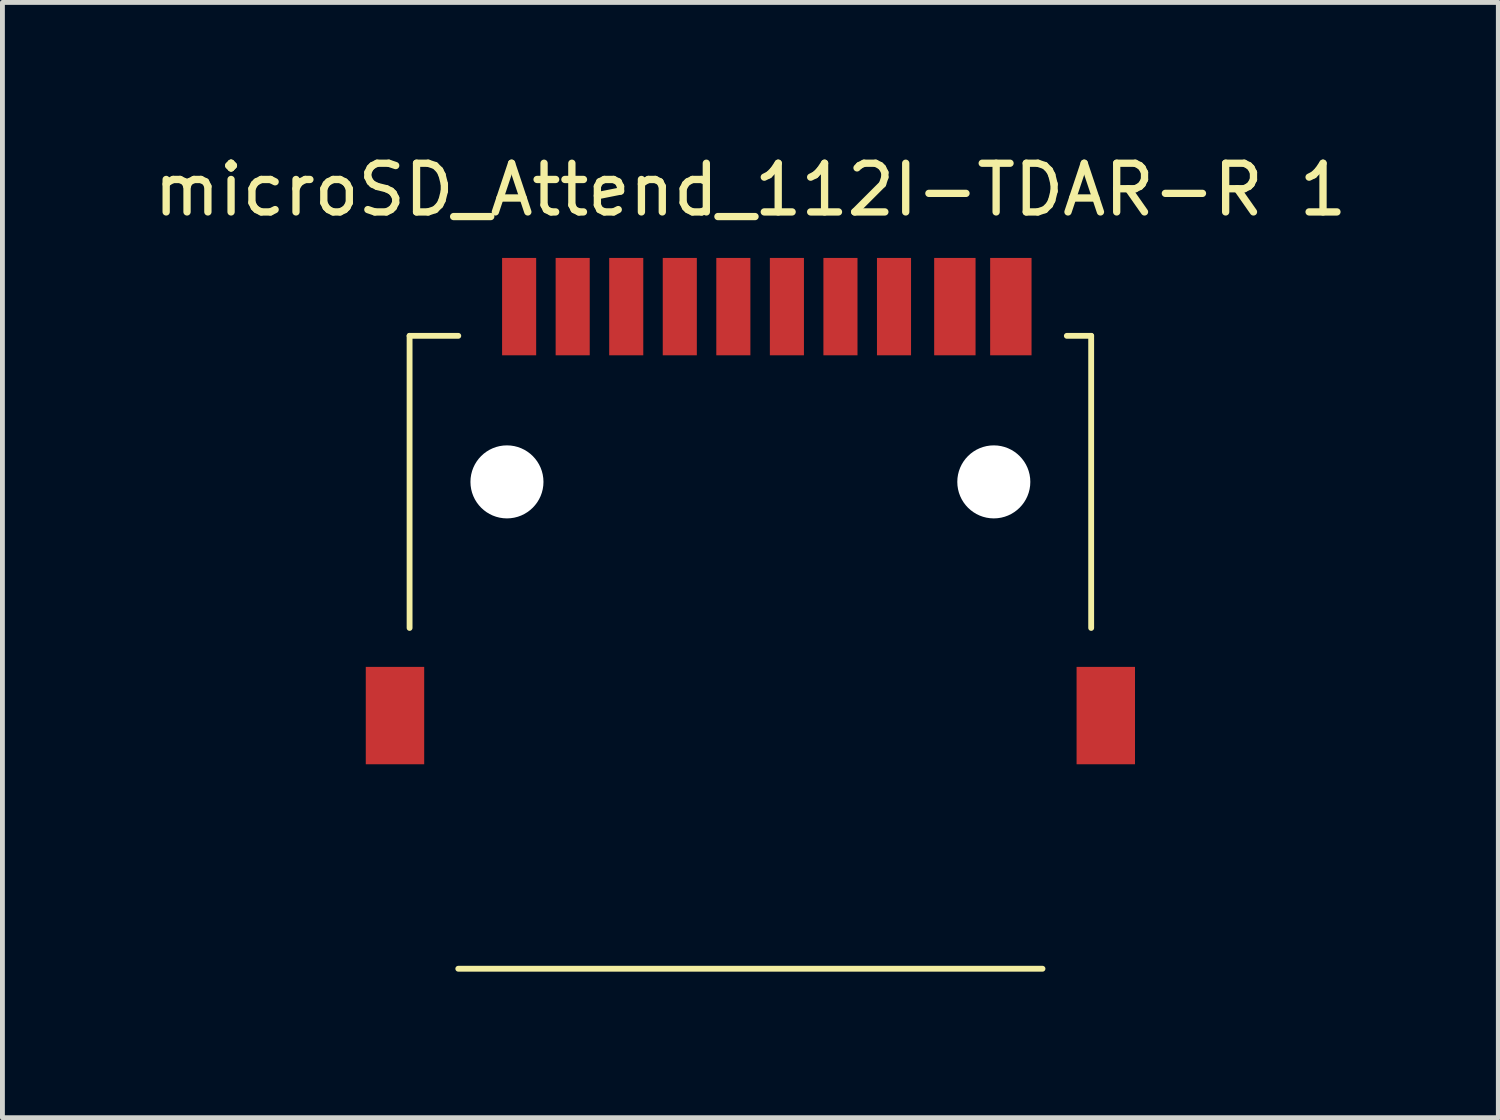
<source format=kicad_pcb>
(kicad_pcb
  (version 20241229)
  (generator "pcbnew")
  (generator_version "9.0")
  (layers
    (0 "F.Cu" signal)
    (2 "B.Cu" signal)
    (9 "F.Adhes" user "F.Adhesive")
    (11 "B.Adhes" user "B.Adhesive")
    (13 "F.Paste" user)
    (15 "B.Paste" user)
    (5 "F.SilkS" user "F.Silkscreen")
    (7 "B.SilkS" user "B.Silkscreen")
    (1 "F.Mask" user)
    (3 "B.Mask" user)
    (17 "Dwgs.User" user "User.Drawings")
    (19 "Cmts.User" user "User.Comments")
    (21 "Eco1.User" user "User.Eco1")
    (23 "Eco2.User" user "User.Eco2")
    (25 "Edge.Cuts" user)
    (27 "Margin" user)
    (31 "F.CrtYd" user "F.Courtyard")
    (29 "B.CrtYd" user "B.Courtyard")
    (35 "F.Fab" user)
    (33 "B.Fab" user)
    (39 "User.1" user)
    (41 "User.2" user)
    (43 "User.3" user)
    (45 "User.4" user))
  (footprint "microSD_Attend_112I-TDAR-R 1"
    (layer "F.Cu")
    (at 12.363 6.848)
    (property "Reference" "microSD_Attend_112I-TDAR-R 1" (at 0 -6 0) (layer "F.SilkS") (effects (font (size 1 1) (thickness 0.15))))
    (attr through_hole)
    (fp_line (start -7 -3) (end -6 -3) (stroke (width 0.12) (type solid)) (layer "F.SilkS"))
    (fp_line (start -7 3) (end -7 -3) (stroke (width 0.12) (type solid)) (layer "F.SilkS"))
    (fp_line (start -6 10) (end 6 10) (stroke (width 0.12) (type solid)) (layer "F.SilkS"))
    (fp_line (start 7 -3) (end 6.5 -3) (stroke (width 0.12) (type solid)) (layer "F.SilkS"))
    (fp_line (start 7 3) (end 7 -3) (stroke (width 0.12) (type solid)) (layer "F.SilkS"))
    (pad "" np_thru_hole circle (at -5 0) (size 1.5 1.5) (drill 1.5) (layers "*.Cu" "*.Mask"))
    (pad "" np_thru_hole circle (at 5 0) (size 1.5 1.5) (drill 1.5) (layers "*.Cu" "*.Mask"))
    (pad "1" smd rect (at 2.95 -3.6) (size 0.7 2) (layers "F.Cu" "F.Mask" "F.Paste"))
    (pad "2" smd rect (at 1.85 -3.6) (size 0.7 2) (layers "F.Cu" "F.Mask" "F.Paste"))
    (pad "3" smd rect (at 0.75 -3.6) (size 0.7 2) (layers "F.Cu" "F.Mask" "F.Paste"))
    (pad "4" smd rect (at -0.35 -3.6) (size 0.7 2) (layers "F.Cu" "F.Mask" "F.Paste"))
    (pad "5" smd rect (at -1.45 -3.6) (size 0.7 2) (layers "F.Cu" "F.Mask" "F.Paste"))
    (pad "6" smd rect (at -2.55 -3.6) (size 0.7 2) (layers "F.Cu" "F.Mask" "F.Paste"))
    (pad "7" smd rect (at -3.65 -3.6) (size 0.7 2) (layers "F.Cu" "F.Mask" "F.Paste"))
    (pad "8" smd rect (at -4.75 -3.6) (size 0.7 2) (layers "F.Cu" "F.Mask" "F.Paste"))
    (pad "9" smd rect (at 4.2 -3.6) (size 0.85 2) (layers "F.Cu" "F.Mask" "F.Paste"))
    (pad "10" smd rect (at 5.35 -3.6) (size 0.85 2) (layers "F.Cu" "F.Mask" "F.Paste"))
    (pad "11" smd rect (at -7.3 4.8) (size 1.2 2) (layers "F.Cu" "F.Mask" "F.Paste"))
    (pad "11" smd rect (at 7.3 4.8) (size 1.2 2) (layers "F.Cu" "F.Mask" "F.Paste")))
  (gr_rect
    (start -3 -3)
    (end 27.726 19.908)
    (stroke (width 0.1) (type default))
    (fill no)
    (layer "Edge.Cuts")))
</source>
